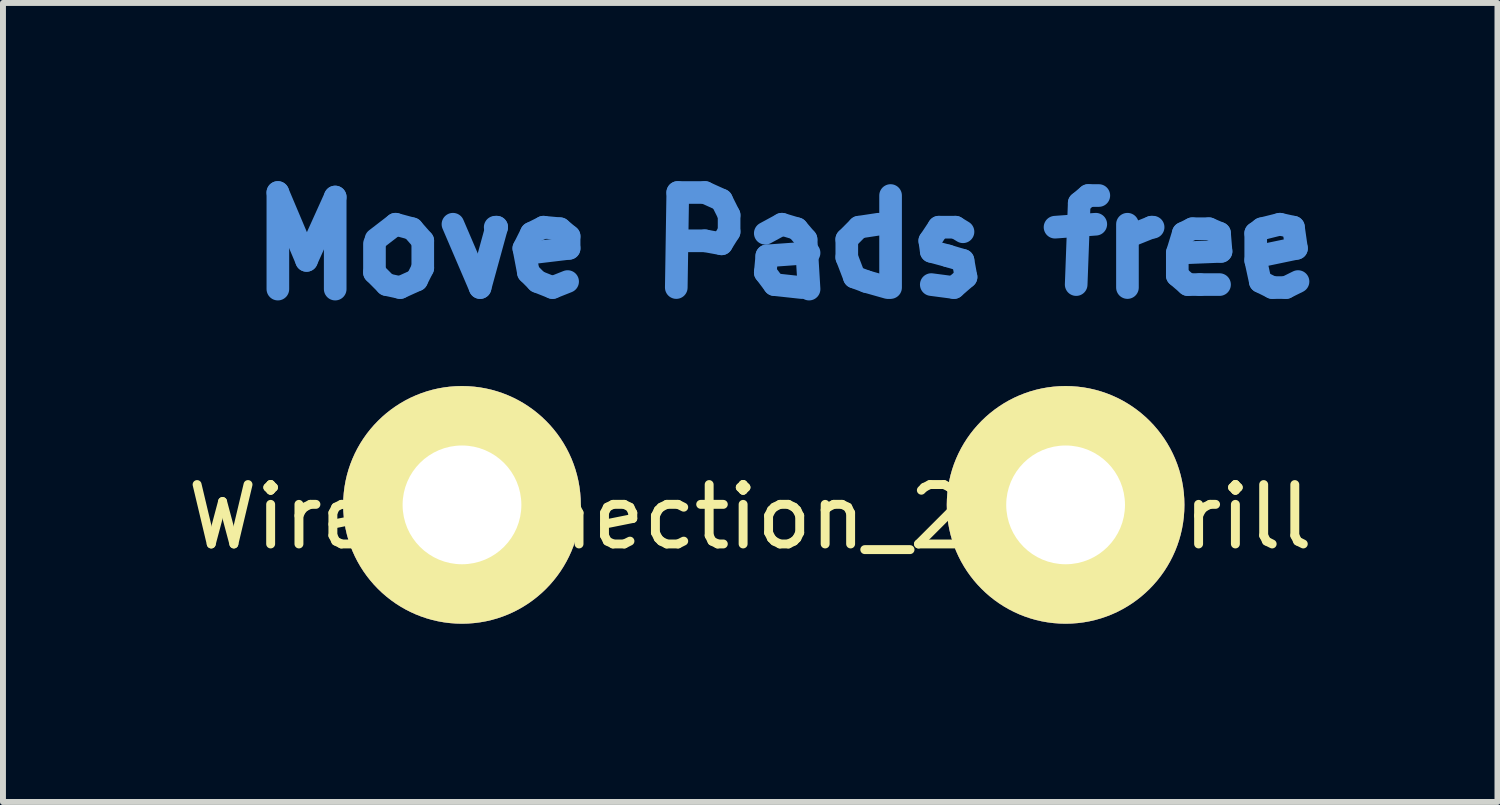
<source format=kicad_pcb>
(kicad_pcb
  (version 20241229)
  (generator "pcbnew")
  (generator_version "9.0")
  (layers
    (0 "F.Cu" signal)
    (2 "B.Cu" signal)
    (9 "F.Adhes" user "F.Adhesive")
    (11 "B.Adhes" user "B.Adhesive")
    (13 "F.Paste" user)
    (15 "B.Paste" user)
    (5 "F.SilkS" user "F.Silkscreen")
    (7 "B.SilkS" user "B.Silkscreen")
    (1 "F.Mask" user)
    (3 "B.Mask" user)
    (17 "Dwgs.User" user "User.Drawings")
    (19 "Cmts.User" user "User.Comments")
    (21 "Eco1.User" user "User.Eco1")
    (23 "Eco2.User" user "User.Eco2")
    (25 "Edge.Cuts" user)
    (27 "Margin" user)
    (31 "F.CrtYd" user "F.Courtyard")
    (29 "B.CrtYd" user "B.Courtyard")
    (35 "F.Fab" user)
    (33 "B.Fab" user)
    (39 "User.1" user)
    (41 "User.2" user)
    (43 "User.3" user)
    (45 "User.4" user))
  (footprint "WireConnection_2mmDrill"
    (layer "F.Cu")
    (at 9.806 5.448)
    (property "Reference" "WireConnection_2mmDrill" (at -0.229 0.203 0) (layer "F.SilkS") (effects (font (size 1 1) (thickness 0.15))))
    (attr through_hole)
    (fp_line (start -8.179 -5.258) (end -7.696 -4.115) (stroke (width 0.381) (type solid)) (layer "Cmts.User"))
    (fp_line (start -8.179 -3.632) (end -8.179 -5.258) (stroke (width 0.381) (type solid)) (layer "Cmts.User"))
    (fp_line (start -7.696 -4.115) (end -7.214 -5.182) (stroke (width 0.381) (type solid)) (layer "Cmts.User"))
    (fp_line (start -7.214 -5.182) (end -7.214 -3.632) (stroke (width 0.381) (type solid)) (layer "Cmts.User"))
    (fp_line (start -6.553 -4.394) (end -6.553 -3.912) (stroke (width 0.381) (type solid)) (layer "Cmts.User"))
    (fp_line (start -6.553 -3.912) (end -6.35 -3.708) (stroke (width 0.381) (type solid)) (layer "Cmts.User"))
    (fp_line (start -6.35 -3.708) (end -6.121 -3.658) (stroke (width 0.381) (type solid)) (layer "Cmts.User"))
    (fp_line (start -6.198 -4.724) (end -6.528 -4.47) (stroke (width 0.381) (type solid)) (layer "Cmts.User"))
    (fp_line (start -6.121 -3.658) (end -5.842 -3.785) (stroke (width 0.381) (type solid)) (layer "Cmts.User"))
    (fp_line (start -5.918 -4.648) (end -6.198 -4.724) (stroke (width 0.381) (type solid)) (layer "Cmts.User"))
    (fp_line (start -5.842 -3.785) (end -5.74 -3.988) (stroke (width 0.381) (type solid)) (layer "Cmts.User"))
    (fp_line (start -5.74 -4.445) (end -5.918 -4.648) (stroke (width 0.381) (type solid)) (layer "Cmts.User"))
    (fp_line (start -5.74 -3.988) (end -5.74 -4.445) (stroke (width 0.381) (type solid)) (layer "Cmts.User"))
    (fp_line (start -5.232 -4.724) (end -4.775 -3.658) (stroke (width 0.381) (type solid)) (layer "Cmts.User"))
    (fp_line (start -4.775 -3.658) (end -4.496 -4.674) (stroke (width 0.381) (type solid)) (layer "Cmts.User"))
    (fp_line (start -4.496 -4.674) (end -4.521 -4.674) (stroke (width 0.381) (type solid)) (layer "Cmts.User"))
    (fp_line (start -4.039 -4.318) (end -3.912 -4.572) (stroke (width 0.381) (type solid)) (layer "Cmts.User"))
    (fp_line (start -3.962 -3.912) (end -4.039 -4.318) (stroke (width 0.381) (type solid)) (layer "Cmts.User"))
    (fp_line (start -3.912 -4.572) (end -3.708 -4.674) (stroke (width 0.381) (type solid)) (layer "Cmts.User"))
    (fp_line (start -3.81 -3.759) (end -3.962 -3.912) (stroke (width 0.381) (type solid)) (layer "Cmts.User"))
    (fp_line (start -3.708 -4.674) (end -3.429 -4.648) (stroke (width 0.381) (type solid)) (layer "Cmts.User"))
    (fp_line (start -3.556 -3.658) (end -3.81 -3.759) (stroke (width 0.381) (type solid)) (layer "Cmts.User"))
    (fp_line (start -3.429 -4.648) (end -3.277 -4.521) (stroke (width 0.381) (type solid)) (layer "Cmts.User"))
    (fp_line (start -3.302 -3.759) (end -3.556 -3.658) (stroke (width 0.381) (type solid)) (layer "Cmts.User"))
    (fp_line (start -3.277 -4.521) (end -3.277 -4.318) (stroke (width 0.381) (type solid)) (layer "Cmts.User"))
    (fp_line (start -3.277 -4.318) (end -3.912 -4.242) (stroke (width 0.381) (type solid)) (layer "Cmts.User"))
    (fp_line (start -1.473 -3.658) (end -1.448 -5.258) (stroke (width 0.381) (type solid)) (layer "Cmts.User"))
    (fp_line (start -1.448 -5.258) (end -0.991 -5.258) (stroke (width 0.381) (type solid)) (layer "Cmts.User"))
    (fp_line (start -0.991 -5.258) (end -0.711 -5.131) (stroke (width 0.381) (type solid)) (layer "Cmts.User"))
    (fp_line (start -0.991 -4.445) (end -1.448 -4.445) (stroke (width 0.381) (type solid)) (layer "Cmts.User"))
    (fp_line (start -0.711 -5.131) (end -0.584 -4.877) (stroke (width 0.381) (type solid)) (layer "Cmts.User"))
    (fp_line (start -0.711 -4.394) (end -0.991 -4.445) (stroke (width 0.381) (type solid)) (layer "Cmts.User"))
    (fp_line (start -0.584 -4.877) (end -0.584 -4.597) (stroke (width 0.381) (type solid)) (layer "Cmts.User"))
    (fp_line (start -0.584 -4.597) (end -0.711 -4.394) (stroke (width 0.381) (type solid)) (layer "Cmts.User"))
    (fp_line (start 0.025 -4.572) (end 0.305 -4.724) (stroke (width 0.381) (type solid)) (layer "Cmts.User"))
    (fp_line (start 0.025 -3.912) (end 0.051 -4.191) (stroke (width 0.381) (type solid)) (layer "Cmts.User"))
    (fp_line (start 0.051 -4.191) (end 0.762 -4.242) (stroke (width 0.381) (type solid)) (layer "Cmts.User"))
    (fp_line (start 0.178 -3.708) (end 0.025 -3.912) (stroke (width 0.381) (type solid)) (layer "Cmts.User"))
    (fp_line (start 0.305 -4.724) (end 0.559 -4.648) (stroke (width 0.381) (type solid)) (layer "Cmts.User"))
    (fp_line (start 0.559 -4.648) (end 0.711 -4.47) (stroke (width 0.381) (type solid)) (layer "Cmts.User"))
    (fp_line (start 0.635 -3.658) (end 0.178 -3.708) (stroke (width 0.381) (type solid)) (layer "Cmts.User"))
    (fp_line (start 0.711 -4.47) (end 0.762 -3.632) (stroke (width 0.381) (type solid)) (layer "Cmts.User"))
    (fp_line (start 1.397 -4.47) (end 1.6 -4.674) (stroke (width 0.381) (type solid)) (layer "Cmts.User"))
    (fp_line (start 1.397 -4.166) (end 1.397 -4.47) (stroke (width 0.381) (type solid)) (layer "Cmts.User"))
    (fp_line (start 1.524 -3.835) (end 1.397 -4.166) (stroke (width 0.381) (type solid)) (layer "Cmts.User"))
    (fp_line (start 1.6 -4.674) (end 1.93 -4.724) (stroke (width 0.381) (type solid)) (layer "Cmts.User"))
    (fp_line (start 1.727 -3.759) (end 1.524 -3.835) (stroke (width 0.381) (type solid)) (layer "Cmts.User"))
    (fp_line (start 2.083 -3.658) (end 1.727 -3.759) (stroke (width 0.381) (type solid)) (layer "Cmts.User"))
    (fp_line (start 2.134 -5.207) (end 2.134 -3.658) (stroke (width 0.381) (type solid)) (layer "Cmts.User"))
    (fp_line (start 2.794 -4.445) (end 2.819 -4.267) (stroke (width 0.381) (type solid)) (layer "Cmts.User"))
    (fp_line (start 2.819 -4.267) (end 3.099 -4.191) (stroke (width 0.381) (type solid)) (layer "Cmts.User"))
    (fp_line (start 2.946 -4.674) (end 2.794 -4.445) (stroke (width 0.381) (type solid)) (layer "Cmts.User"))
    (fp_line (start 3.099 -4.191) (end 3.353 -4.115) (stroke (width 0.381) (type solid)) (layer "Cmts.User"))
    (fp_line (start 3.2 -3.658) (end 2.819 -3.708) (stroke (width 0.381) (type solid)) (layer "Cmts.User"))
    (fp_line (start 3.226 -4.674) (end 2.946 -4.674) (stroke (width 0.381) (type solid)) (layer "Cmts.User"))
    (fp_line (start 3.353 -4.597) (end 3.226 -4.674) (stroke (width 0.381) (type solid)) (layer "Cmts.User"))
    (fp_line (start 3.353 -4.115) (end 3.404 -3.835) (stroke (width 0.381) (type solid)) (layer "Cmts.User"))
    (fp_line (start 3.404 -3.835) (end 3.2 -3.658) (stroke (width 0.381) (type solid)) (layer "Cmts.User"))
    (fp_line (start 4.902 -4.674) (end 5.588 -4.724) (stroke (width 0.381) (type solid)) (layer "Cmts.User"))
    (fp_line (start 5.309 -5.08) (end 5.258 -3.708) (stroke (width 0.381) (type solid)) (layer "Cmts.User"))
    (fp_line (start 5.461 -5.207) (end 5.309 -5.08) (stroke (width 0.381) (type solid)) (layer "Cmts.User"))
    (fp_line (start 5.639 -5.207) (end 5.461 -5.207) (stroke (width 0.381) (type solid)) (layer "Cmts.User"))
    (fp_line (start 6.121 -4.724) (end 6.121 -3.658) (stroke (width 0.381) (type solid)) (layer "Cmts.User"))
    (fp_line (start 6.147 -4.521) (end 6.528 -4.674) (stroke (width 0.381) (type solid)) (layer "Cmts.User"))
    (fp_line (start 6.528 -4.674) (end 6.553 -4.674) (stroke (width 0.381) (type solid)) (layer "Cmts.User"))
    (fp_line (start 6.96 -4.242) (end 7.061 -4.572) (stroke (width 0.381) (type solid)) (layer "Cmts.User"))
    (fp_line (start 6.96 -3.861) (end 6.96 -4.242) (stroke (width 0.381) (type solid)) (layer "Cmts.User"))
    (fp_line (start 7.061 -4.572) (end 7.214 -4.648) (stroke (width 0.381) (type solid)) (layer "Cmts.User"))
    (fp_line (start 7.137 -3.708) (end 6.96 -3.861) (stroke (width 0.381) (type solid)) (layer "Cmts.User"))
    (fp_line (start 7.214 -4.648) (end 7.493 -4.648) (stroke (width 0.381) (type solid)) (layer "Cmts.User"))
    (fp_line (start 7.341 -3.708) (end 7.137 -3.708) (stroke (width 0.381) (type solid)) (layer "Cmts.User"))
    (fp_line (start 7.493 -4.648) (end 7.671 -4.572) (stroke (width 0.381) (type solid)) (layer "Cmts.User"))
    (fp_line (start 7.671 -4.572) (end 7.696 -4.267) (stroke (width 0.381) (type solid)) (layer "Cmts.User"))
    (fp_line (start 7.671 -3.708) (end 7.341 -3.708) (stroke (width 0.381) (type solid)) (layer "Cmts.User"))
    (fp_line (start 7.696 -4.267) (end 7.061 -4.242) (stroke (width 0.381) (type solid)) (layer "Cmts.User"))
    (fp_line (start 8.28 -4.572) (end 8.382 -4.648) (stroke (width 0.381) (type solid)) (layer "Cmts.User"))
    (fp_line (start 8.28 -4.115) (end 8.28 -4.572) (stroke (width 0.381) (type solid)) (layer "Cmts.User"))
    (fp_line (start 8.357 -4.191) (end 8.357 -4.242) (stroke (width 0.381) (type solid)) (layer "Cmts.User"))
    (fp_line (start 8.357 -3.759) (end 8.28 -4.115) (stroke (width 0.381) (type solid)) (layer "Cmts.User"))
    (fp_line (start 8.382 -4.648) (end 8.687 -4.724) (stroke (width 0.381) (type solid)) (layer "Cmts.User"))
    (fp_line (start 8.56 -3.658) (end 8.357 -3.759) (stroke (width 0.381) (type solid)) (layer "Cmts.User"))
    (fp_line (start 8.687 -4.724) (end 8.915 -4.674) (stroke (width 0.381) (type solid)) (layer "Cmts.User"))
    (fp_line (start 8.788 -3.658) (end 8.56 -3.658) (stroke (width 0.381) (type solid)) (layer "Cmts.User"))
    (fp_line (start 8.915 -4.674) (end 8.966 -4.318) (stroke (width 0.381) (type solid)) (layer "Cmts.User"))
    (fp_line (start 8.966 -4.318) (end 8.357 -4.191) (stroke (width 0.381) (type solid)) (layer "Cmts.User"))
    (fp_line (start 8.992 -3.759) (end 8.788 -3.658) (stroke (width 0.381) (type solid)) (layer "Cmts.User"))
    (pad "1" thru_hole circle (at -5.08 0) (size 4 4) (drill 1.999) (layers "*.Cu" "*.Mask" "F.SilkS"))
    (pad "2" thru_hole circle (at 5.08 0) (size 4 4) (drill 1.999) (layers "*.Cu" "*.Mask" "F.SilkS")))
  (gr_rect
    (start -3 -3)
    (end 22.155 10.449)
    (stroke (width 0.1) (type default))
    (fill no)
    (layer "Edge.Cuts")))
</source>
